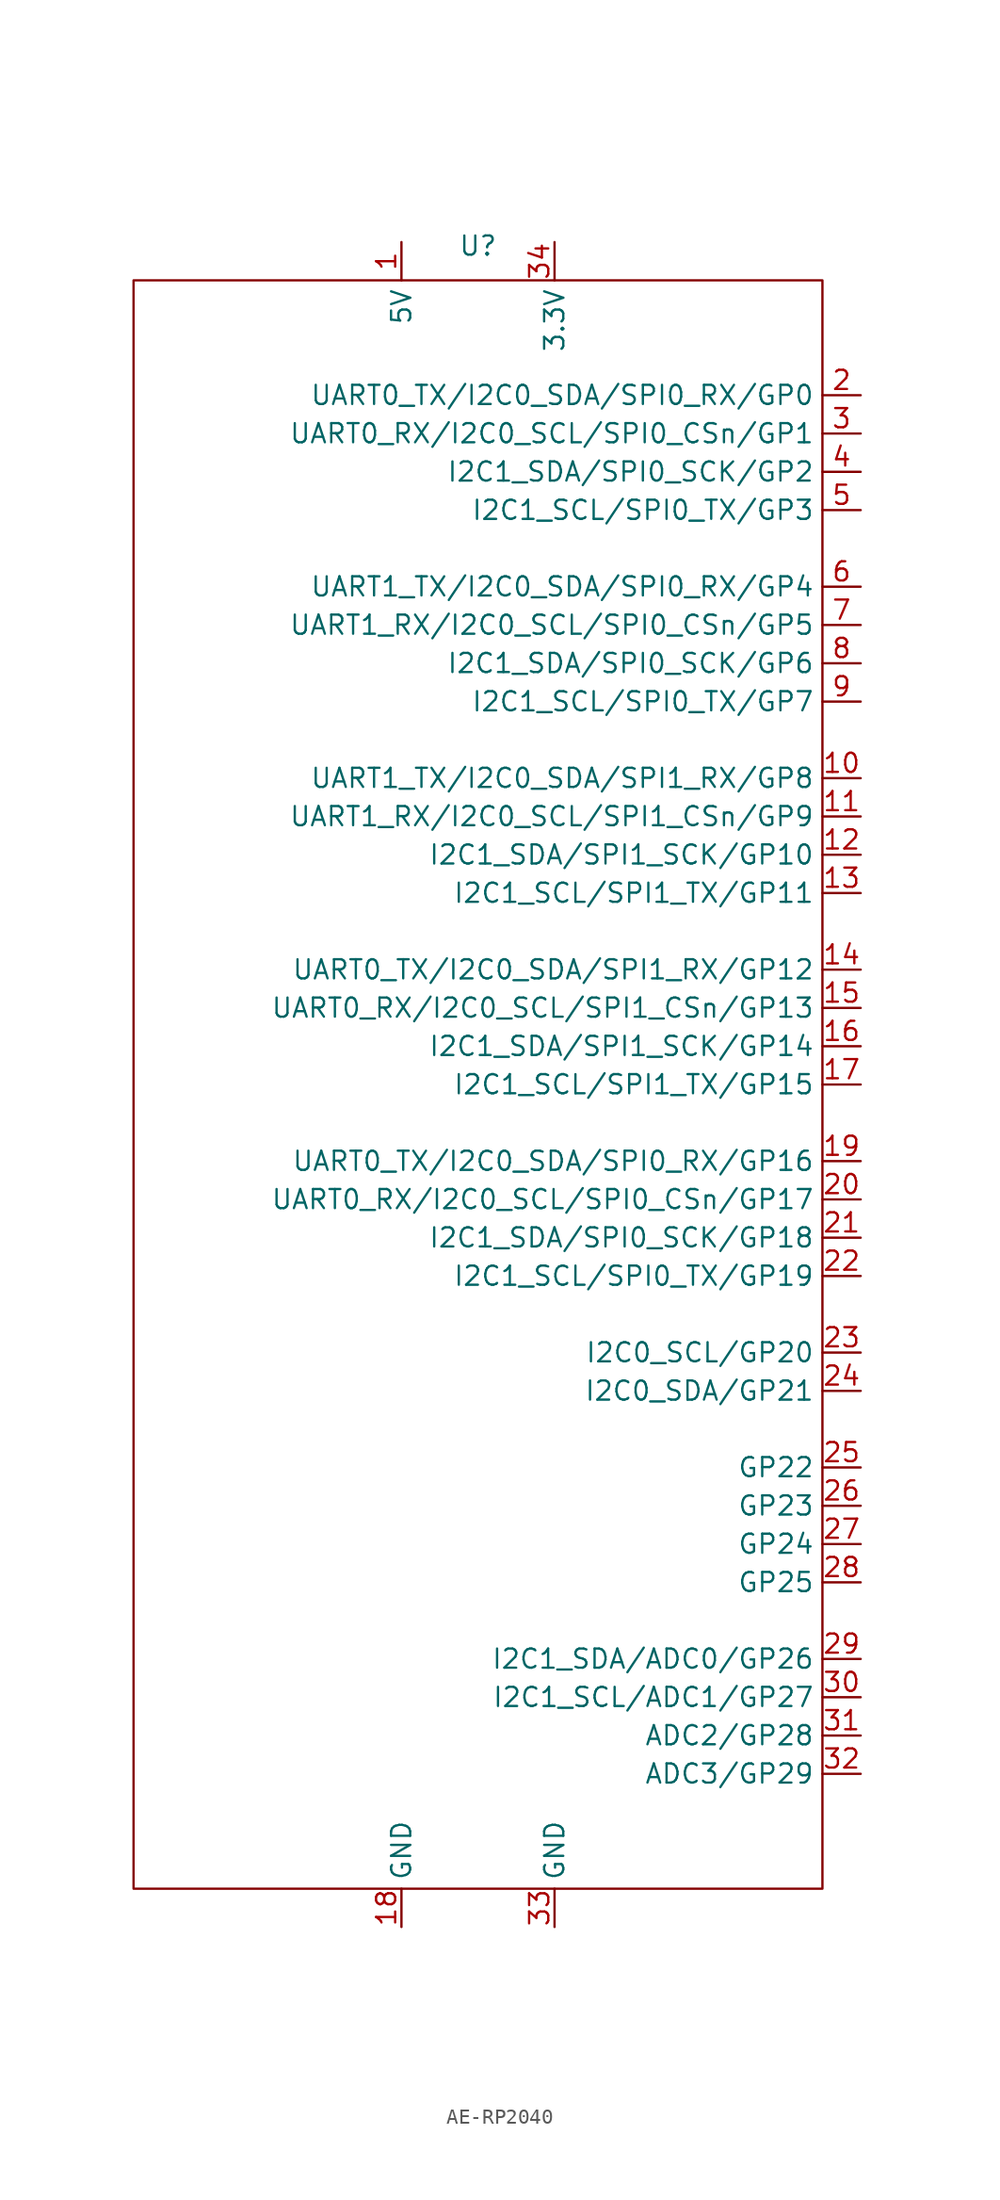
<source format=kicad_sym>
(kicad_symbol_lib
  (version 20231120)
  (generator "kicad_symbol_editor")
  (generator_version "8.0")
  (symbol "AE-RP2040"
    (property "Reference" "U"
      (at 0 55.626 0)
      (effects (font (size 1.27 1.27))))
    (property "Value" ""
      (at 0 53.34 0)
      (effects (font (size 1.27 1.27))))
    (symbol "AE-RP2040_0_1"
      (rectangle (start -22.86 53.34) (end 22.86 -53.34) (stroke (width 0) (type default)) (fill (type none))))
    (symbol "AE-RP2040_1_1"
      (pin power_in line (at -5.08 55.88 270) (length 2.54) (name "5V" (effects (font (size 1.27 1.27)))) (number "1" (effects (font (size 1.27 1.27)))))
      (pin bidirectional line (at 25.4 20.32 180) (length 2.54) (name "UART1_TX/I2C0_SDA/SPI1_RX/GP8" (effects (font (size 1.27 1.27)))) (number "10" (effects (font (size 1.27 1.27)))))
      (pin bidirectional line (at 25.4 17.78 180) (length 2.54) (name "UART1_RX/I2C0_SCL/SPI1_CSn/GP9" (effects (font (size 1.27 1.27)))) (number "11" (effects (font (size 1.27 1.27)))))
      (pin bidirectional line (at 25.4 15.24 180) (length 2.54) (name "I2C1_SDA/SPI1_SCK/GP10" (effects (font (size 1.27 1.27)))) (number "12" (effects (font (size 1.27 1.27)))))
      (pin bidirectional line (at 25.4 12.7 180) (length 2.54) (name "I2C1_SCL/SPI1_TX/GP11" (effects (font (size 1.27 1.27)))) (number "13" (effects (font (size 1.27 1.27)))))
      (pin bidirectional line (at 25.4 7.62 180) (length 2.54) (name "UART0_TX/I2C0_SDA/SPI1_RX/GP12" (effects (font (size 1.27 1.27)))) (number "14" (effects (font (size 1.27 1.27)))))
      (pin bidirectional line (at 25.4 5.08 180) (length 2.54) (name "UART0_RX/I2C0_SCL/SPI1_CSn/GP13" (effects (font (size 1.27 1.27)))) (number "15" (effects (font (size 1.27 1.27)))))
      (pin bidirectional line (at 25.4 2.54 180) (length 2.54) (name "I2C1_SDA/SPI1_SCK/GP14" (effects (font (size 1.27 1.27)))) (number "16" (effects (font (size 1.27 1.27)))))
      (pin bidirectional line (at 25.4 0 180) (length 2.54) (name "I2C1_SCL/SPI1_TX/GP15" (effects (font (size 1.27 1.27)))) (number "17" (effects (font (size 1.27 1.27)))))
      (pin power_in line (at -5.08 -55.88 90) (length 2.54) (name "GND" (effects (font (size 1.27 1.27)))) (number "18" (effects (font (size 1.27 1.27)))))
      (pin bidirectional line (at 25.4 -5.08 180) (length 2.54) (name "UART0_TX/I2C0_SDA/SPI0_RX/GP16" (effects (font (size 1.27 1.27)))) (number "19" (effects (font (size 1.27 1.27)))))
      (pin bidirectional line (at 25.4 45.72 180) (length 2.54) (name "UART0_TX/I2C0_SDA/SPI0_RX/GP0" (effects (font (size 1.27 1.27)))) (number "2" (effects (font (size 1.27 1.27)))))
      (pin bidirectional line (at 25.4 -7.62 180) (length 2.54) (name "UART0_RX/I2C0_SCL/SPI0_CSn/GP17" (effects (font (size 1.27 1.27)))) (number "20" (effects (font (size 1.27 1.27)))))
      (pin bidirectional line (at 25.4 -10.16 180) (length 2.54) (name "I2C1_SDA/SPI0_SCK/GP18" (effects (font (size 1.27 1.27)))) (number "21" (effects (font (size 1.27 1.27)))))
      (pin bidirectional line (at 25.4 -12.7 180) (length 2.54) (name "I2C1_SCL/SPI0_TX/GP19" (effects (font (size 1.27 1.27)))) (number "22" (effects (font (size 1.27 1.27)))))
      (pin bidirectional line (at 25.4 -17.78 180) (length 2.54) (name "I2C0_SCL/GP20" (effects (font (size 1.27 1.27)))) (number "23" (effects (font (size 1.27 1.27)))))
      (pin bidirectional line (at 25.4 -20.32 180) (length 2.54) (name "I2C0_SDA/GP21" (effects (font (size 1.27 1.27)))) (number "24" (effects (font (size 1.27 1.27)))))
      (pin bidirectional line (at 25.4 -25.4 180) (length 2.54) (name "GP22" (effects (font (size 1.27 1.27)))) (number "25" (effects (font (size 1.27 1.27)))))
      (pin bidirectional line (at 25.4 -27.94 180) (length 2.54) (name "GP23" (effects (font (size 1.27 1.27)))) (number "26" (effects (font (size 1.27 1.27)))))
      (pin bidirectional line (at 25.4 -30.48 180) (length 2.54) (name "GP24" (effects (font (size 1.27 1.27)))) (number "27" (effects (font (size 1.27 1.27)))))
      (pin bidirectional line (at 25.4 -33.02 180) (length 2.54) (name "GP25" (effects (font (size 1.27 1.27)))) (number "28" (effects (font (size 1.27 1.27)))))
      (pin bidirectional line (at 25.4 -38.1 180) (length 2.54) (name "I2C1_SDA/ADC0/GP26" (effects (font (size 1.27 1.27)))) (number "29" (effects (font (size 1.27 1.27)))))
      (pin bidirectional line (at 25.4 43.18 180) (length 2.54) (name "UART0_RX/I2C0_SCL/SPI0_CSn/GP1" (effects (font (size 1.27 1.27)))) (number "3" (effects (font (size 1.27 1.27)))))
      (pin bidirectional line (at 25.4 -40.64 180) (length 2.54) (name "I2C1_SCL/ADC1/GP27" (effects (font (size 1.27 1.27)))) (number "30" (effects (font (size 1.27 1.27)))))
      (pin bidirectional line (at 25.4 -43.18 180) (length 2.54) (name "ADC2/GP28" (effects (font (size 1.27 1.27)))) (number "31" (effects (font (size 1.27 1.27)))))
      (pin bidirectional line (at 25.4 -45.72 180) (length 2.54) (name "ADC3/GP29" (effects (font (size 1.27 1.27)))) (number "32" (effects (font (size 1.27 1.27)))))
      (pin power_in line (at 5.08 -55.88 90) (length 2.54) (name "GND" (effects (font (size 1.27 1.27)))) (number "33" (effects (font (size 1.27 1.27)))))
      (pin power_out line (at 5.08 55.88 270) (length 2.54) (name "3.3V" (effects (font (size 1.27 1.27)))) (number "34" (effects (font (size 1.27 1.27)))))
      (pin bidirectional line (at 25.4 40.64 180) (length 2.54) (name "I2C1_SDA/SPI0_SCK/GP2" (effects (font (size 1.27 1.27)))) (number "4" (effects (font (size 1.27 1.27)))))
      (pin bidirectional line (at 25.4 38.1 180) (length 2.54) (name "I2C1_SCL/SPI0_TX/GP3" (effects (font (size 1.27 1.27)))) (number "5" (effects (font (size 1.27 1.27)))))
      (pin bidirectional line (at 25.4 33.02 180) (length 2.54) (name "UART1_TX/I2C0_SDA/SPI0_RX/GP4" (effects (font (size 1.27 1.27)))) (number "6" (effects (font (size 1.27 1.27)))))
      (pin bidirectional line (at 25.4 30.48 180) (length 2.54) (name "UART1_RX/I2C0_SCL/SPI0_CSn/GP5" (effects (font (size 1.27 1.27)))) (number "7" (effects (font (size 1.27 1.27)))))
      (pin bidirectional line (at 25.4 27.94 180) (length 2.54) (name "I2C1_SDA/SPI0_SCK/GP6" (effects (font (size 1.27 1.27)))) (number "8" (effects (font (size 1.27 1.27)))))
      (pin bidirectional line (at 25.4 25.4 180) (length 2.54) (name "I2C1_SCL/SPI0_TX/GP7" (effects (font (size 1.27 1.27)))) (number "9" (effects (font (size 1.27 1.27))))))))
</source>
